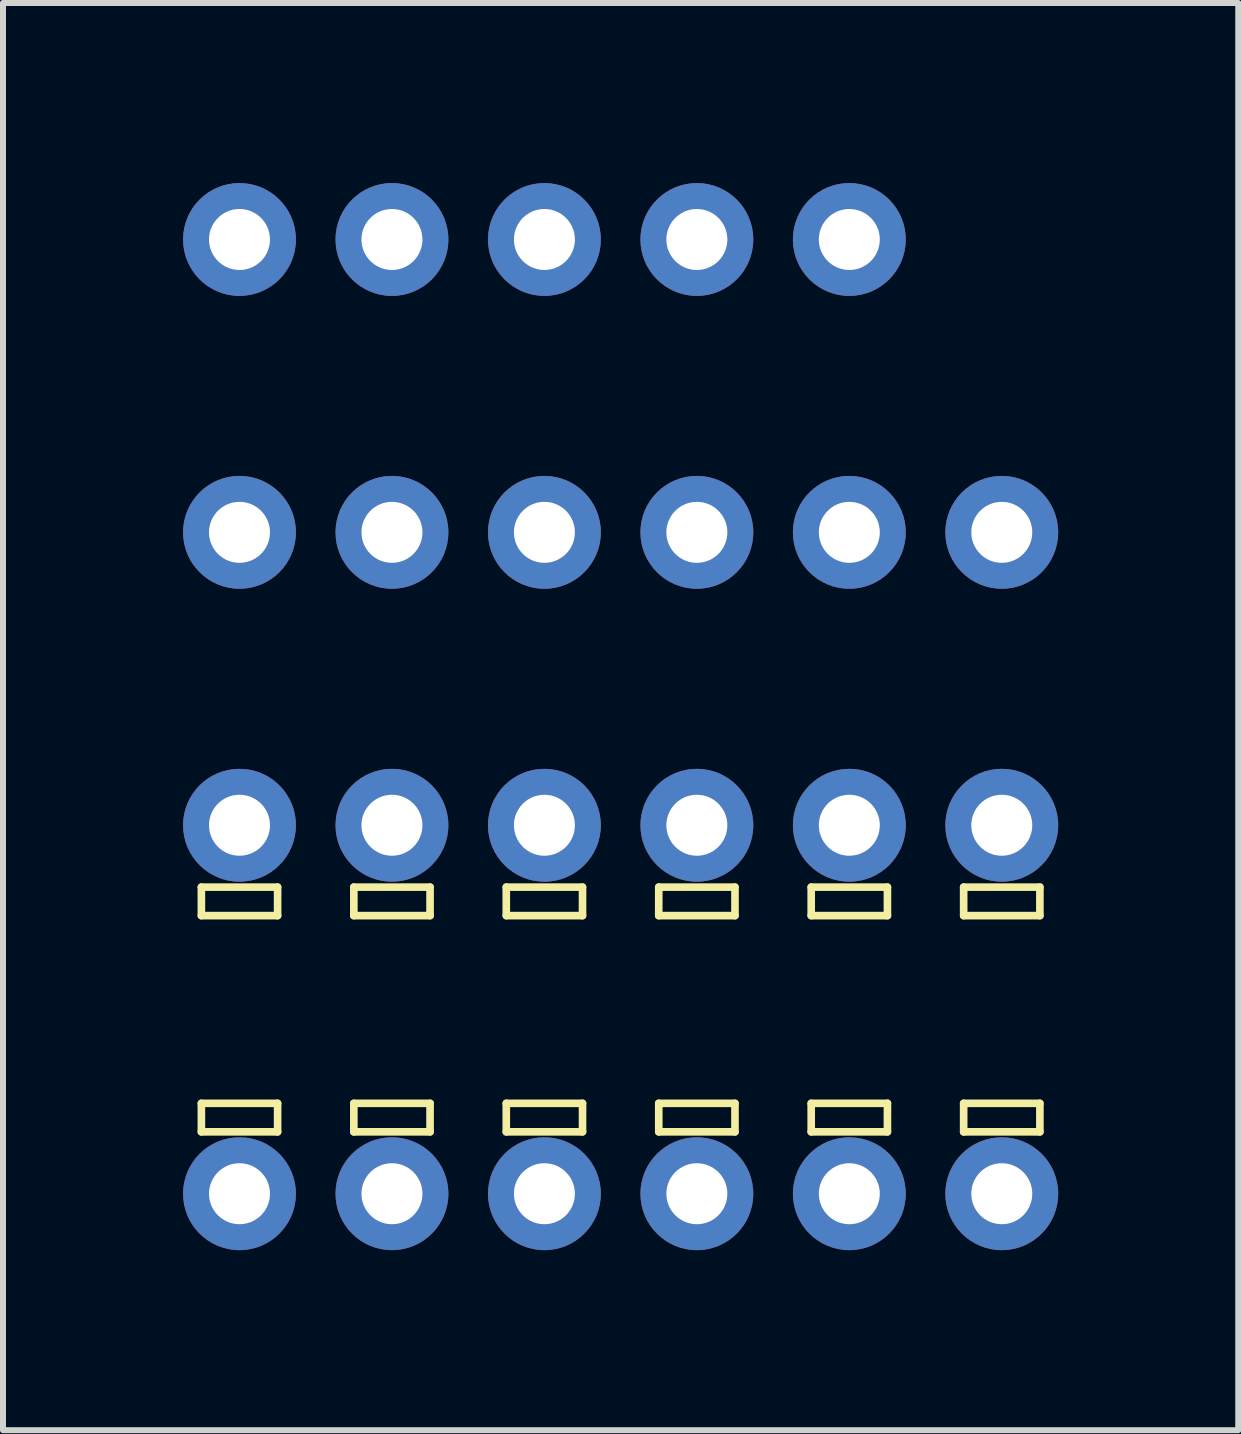
<source format=kicad_pcb>
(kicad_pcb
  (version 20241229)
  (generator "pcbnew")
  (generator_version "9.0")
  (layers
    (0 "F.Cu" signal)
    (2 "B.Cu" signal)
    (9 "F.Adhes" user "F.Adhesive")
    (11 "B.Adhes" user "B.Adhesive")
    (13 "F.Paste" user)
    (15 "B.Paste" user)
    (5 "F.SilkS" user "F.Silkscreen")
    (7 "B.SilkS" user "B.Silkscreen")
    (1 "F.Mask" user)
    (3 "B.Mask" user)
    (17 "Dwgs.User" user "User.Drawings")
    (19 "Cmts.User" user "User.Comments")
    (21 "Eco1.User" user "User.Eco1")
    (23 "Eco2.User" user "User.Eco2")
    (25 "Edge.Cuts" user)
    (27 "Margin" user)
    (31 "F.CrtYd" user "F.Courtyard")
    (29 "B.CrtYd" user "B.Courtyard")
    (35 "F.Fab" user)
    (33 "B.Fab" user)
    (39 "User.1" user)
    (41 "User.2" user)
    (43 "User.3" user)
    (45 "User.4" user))
  (footprint "M06_SIDESILK_T"
    (layer "F.Cu")
    (at 6.02 16.838)
    (property "Reference" "M06_SIDESILK_T" (at 0 0 0) (layer "Cmts.User") (effects (font (size 0.001 0.001) (thickness 0.000001))))
    (attr through_hole)
    (fp_line (start -5.715 -1.506) (end -5.715 -1.031) (stroke (width 0.127) (type solid)) (layer "F.SilkS"))
    (fp_line (start -5.715 -1.031) (end -4.445 -1.031) (stroke (width 0.127) (type solid)) (layer "F.SilkS"))
    (fp_line (start -4.445 -1.506) (end -5.715 -1.506) (stroke (width 0.127) (type solid)) (layer "F.SilkS"))
    (fp_line (start -4.445 -1.031) (end -4.445 -1.506) (stroke (width 0.127) (type solid)) (layer "F.SilkS"))
    (fp_line (start -3.175 -1.506) (end -3.175 -1.031) (stroke (width 0.127) (type solid)) (layer "F.SilkS"))
    (fp_line (start -3.175 -1.031) (end -1.905 -1.031) (stroke (width 0.127) (type solid)) (layer "F.SilkS"))
    (fp_line (start -1.905 -1.506) (end -3.175 -1.506) (stroke (width 0.127) (type solid)) (layer "F.SilkS"))
    (fp_line (start -1.905 -1.031) (end -1.905 -1.506) (stroke (width 0.127) (type solid)) (layer "F.SilkS"))
    (fp_line (start -0.635 -1.506) (end -0.635 -1.031) (stroke (width 0.127) (type solid)) (layer "F.SilkS"))
    (fp_line (start -0.635 -1.031) (end 0.635 -1.031) (stroke (width 0.127) (type solid)) (layer "F.SilkS"))
    (fp_line (start 0.635 -1.506) (end -0.635 -1.506) (stroke (width 0.127) (type solid)) (layer "F.SilkS"))
    (fp_line (start 0.635 -1.031) (end 0.635 -1.506) (stroke (width 0.127) (type solid)) (layer "F.SilkS"))
    (fp_line (start 1.905 -1.506) (end 1.905 -1.031) (stroke (width 0.127) (type solid)) (layer "F.SilkS"))
    (fp_line (start 1.905 -1.031) (end 3.175 -1.031) (stroke (width 0.127) (type solid)) (layer "F.SilkS"))
    (fp_line (start 3.175 -1.506) (end 1.905 -1.506) (stroke (width 0.127) (type solid)) (layer "F.SilkS"))
    (fp_line (start 3.175 -1.031) (end 3.175 -1.506) (stroke (width 0.127) (type solid)) (layer "F.SilkS"))
    (fp_line (start 4.445 -1.506) (end 4.445 -1.031) (stroke (width 0.127) (type solid)) (layer "F.SilkS"))
    (fp_line (start 4.445 -1.031) (end 5.715 -1.031) (stroke (width 0.127) (type solid)) (layer "F.SilkS"))
    (fp_line (start 5.715 -1.506) (end 4.445 -1.506) (stroke (width 0.127) (type solid)) (layer "F.SilkS"))
    (fp_line (start 5.715 -1.031) (end 5.715 -1.506) (stroke (width 0.127) (type solid)) (layer "F.SilkS"))
    (fp_line (start 6.985 -1.506) (end 6.985 -1.031) (stroke (width 0.127) (type solid)) (layer "F.SilkS"))
    (fp_line (start 6.985 -1.031) (end 8.255 -1.031) (stroke (width 0.127) (type solid)) (layer "F.SilkS"))
    (fp_line (start 8.255 -1.506) (end 6.985 -1.506) (stroke (width 0.127) (type solid)) (layer "F.SilkS"))
    (fp_line (start 8.255 -1.031) (end 8.255 -1.506) (stroke (width 0.127) (type solid)) (layer "F.SilkS"))
    (fp_line (start -5.334 -0.254) (end -5.334 0.254) (stroke (width 0.127) (type solid)) (layer "Cmts.User"))
    (fp_line (start -5.334 0.254) (end -4.826 0.254) (stroke (width 0.127) (type solid)) (layer "Cmts.User"))
    (fp_line (start -4.826 -0.254) (end -5.334 -0.254) (stroke (width 0.127) (type solid)) (layer "Cmts.User"))
    (fp_line (start -4.826 0.254) (end -4.826 -0.254) (stroke (width 0.127) (type solid)) (layer "Cmts.User"))
    (fp_line (start -2.794 -0.254) (end -2.794 0.254) (stroke (width 0.127) (type solid)) (layer "Cmts.User"))
    (fp_line (start -2.794 0.254) (end -2.286 0.254) (stroke (width 0.127) (type solid)) (layer "Cmts.User"))
    (fp_line (start -2.286 -0.254) (end -2.794 -0.254) (stroke (width 0.127) (type solid)) (layer "Cmts.User"))
    (fp_line (start -2.286 0.254) (end -2.286 -0.254) (stroke (width 0.127) (type solid)) (layer "Cmts.User"))
    (fp_line (start -0.254 -0.254) (end -0.254 0.254) (stroke (width 0.127) (type solid)) (layer "Cmts.User"))
    (fp_line (start -0.254 0.254) (end 0.254 0.254) (stroke (width 0.127) (type solid)) (layer "Cmts.User"))
    (fp_line (start 0.254 -0.254) (end -0.254 -0.254) (stroke (width 0.127) (type solid)) (layer "Cmts.User"))
    (fp_line (start 0.254 0.254) (end 0.254 -0.254) (stroke (width 0.127) (type solid)) (layer "Cmts.User"))
    (fp_line (start 2.286 -0.254) (end 2.286 0.254) (stroke (width 0.127) (type solid)) (layer "Cmts.User"))
    (fp_line (start 2.286 0.254) (end 2.794 0.254) (stroke (width 0.127) (type solid)) (layer "Cmts.User"))
    (fp_line (start 2.794 -0.254) (end 2.286 -0.254) (stroke (width 0.127) (type solid)) (layer "Cmts.User"))
    (fp_line (start 2.794 0.254) (end 2.794 -0.254) (stroke (width 0.127) (type solid)) (layer "Cmts.User"))
    (fp_line (start 4.826 -0.254) (end 4.826 0.254) (stroke (width 0.127) (type solid)) (layer "Cmts.User"))
    (fp_line (start 4.826 0.254) (end 5.334 0.254) (stroke (width 0.127) (type solid)) (layer "Cmts.User"))
    (fp_line (start 5.334 -0.254) (end 4.826 -0.254) (stroke (width 0.127) (type solid)) (layer "Cmts.User"))
    (fp_line (start 5.334 0.254) (end 5.334 -0.254) (stroke (width 0.127) (type solid)) (layer "Cmts.User"))
    (fp_line (start 7.366 -0.254) (end 7.366 0.254) (stroke (width 0.127) (type solid)) (layer "Cmts.User"))
    (fp_line (start 7.366 0.254) (end 7.874 0.254) (stroke (width 0.127) (type solid)) (layer "Cmts.User"))
    (fp_line (start 7.874 -0.254) (end 7.366 -0.254) (stroke (width 0.127) (type solid)) (layer "Cmts.User"))
    (fp_line (start 7.874 0.254) (end 7.874 -0.254) (stroke (width 0.127) (type solid)) (layer "Cmts.User"))
    (pad "1" thru_hole oval (at -5.08 0 90) (size 1.88 1.88) (drill 1.016) (layers "*.Cu" "*.Mask"))
    (pad "2" thru_hole oval (at -2.54 0 90) (size 1.88 1.88) (drill 1.016) (layers "*.Cu" "*.Mask"))
    (pad "3" thru_hole oval (at 0 0 90) (size 1.88 1.88) (drill 1.016) (layers "*.Cu" "*.Mask"))
    (pad "4" thru_hole oval (at 2.54 0 90) (size 1.88 1.88) (drill 1.016) (layers "*.Cu" "*.Mask"))
    (pad "5" thru_hole oval (at 5.08 0 90) (size 1.88 1.88) (drill 1.016) (layers "*.Cu" "*.Mask"))
    (pad "6" thru_hole oval (at 7.62 0 90) (size 1.88 1.88) (drill 1.016) (layers "*.Cu" "*.Mask")))
  (footprint "M05_NOSILK"
    (layer "F.Cu")
    (at 6.02 0.94)
    (property "Reference" "M05_NOSILK" (at 1.27 0 0) (layer "Cmts.User") (effects (font (size 0.001 0.001) (thickness 0.000001))))
    (attr through_hole)
    (fp_line (start -5.334 -0.254) (end -5.334 0.254) (stroke (width 0.127) (type solid)) (layer "Cmts.User"))
    (fp_line (start -5.334 0.254) (end -4.826 0.254) (stroke (width 0.127) (type solid)) (layer "Cmts.User"))
    (fp_line (start -4.826 -0.254) (end -5.334 -0.254) (stroke (width 0.127) (type solid)) (layer "Cmts.User"))
    (fp_line (start -4.826 0.254) (end -4.826 -0.254) (stroke (width 0.127) (type solid)) (layer "Cmts.User"))
    (fp_line (start -2.794 -0.254) (end -2.794 0.254) (stroke (width 0.127) (type solid)) (layer "Cmts.User"))
    (fp_line (start -2.794 0.254) (end -2.286 0.254) (stroke (width 0.127) (type solid)) (layer "Cmts.User"))
    (fp_line (start -2.286 -0.254) (end -2.794 -0.254) (stroke (width 0.127) (type solid)) (layer "Cmts.User"))
    (fp_line (start -2.286 0.254) (end -2.286 -0.254) (stroke (width 0.127) (type solid)) (layer "Cmts.User"))
    (fp_line (start -0.254 -0.254) (end -0.254 0.254) (stroke (width 0.127) (type solid)) (layer "Cmts.User"))
    (fp_line (start -0.254 0.254) (end 0.254 0.254) (stroke (width 0.127) (type solid)) (layer "Cmts.User"))
    (fp_line (start 0.254 -0.254) (end -0.254 -0.254) (stroke (width 0.127) (type solid)) (layer "Cmts.User"))
    (fp_line (start 0.254 0.254) (end 0.254 -0.254) (stroke (width 0.127) (type solid)) (layer "Cmts.User"))
    (fp_line (start 2.286 -0.254) (end 2.286 0.254) (stroke (width 0.127) (type solid)) (layer "Cmts.User"))
    (fp_line (start 2.286 0.254) (end 2.794 0.254) (stroke (width 0.127) (type solid)) (layer "Cmts.User"))
    (fp_line (start 2.794 -0.254) (end 2.286 -0.254) (stroke (width 0.127) (type solid)) (layer "Cmts.User"))
    (fp_line (start 2.794 0.254) (end 2.794 -0.254) (stroke (width 0.127) (type solid)) (layer "Cmts.User"))
    (fp_line (start 4.826 -0.254) (end 4.826 0.254) (stroke (width 0.127) (type solid)) (layer "Cmts.User"))
    (fp_line (start 4.826 0.254) (end 5.334 0.254) (stroke (width 0.127) (type solid)) (layer "Cmts.User"))
    (fp_line (start 5.334 -0.254) (end 4.826 -0.254) (stroke (width 0.127) (type solid)) (layer "Cmts.User"))
    (fp_line (start 5.334 0.254) (end 5.334 -0.254) (stroke (width 0.127) (type solid)) (layer "Cmts.User"))
    (pad "1" thru_hole oval (at -5.08 0 90) (size 1.88 1.88) (drill 1.016) (layers "*.Cu" "*.Mask"))
    (pad "2" thru_hole oval (at -2.54 0 90) (size 1.88 1.88) (drill 1.016) (layers "*.Cu" "*.Mask"))
    (pad "3" thru_hole oval (at 0 0 90) (size 1.88 1.88) (drill 1.016) (layers "*.Cu" "*.Mask"))
    (pad "4" thru_hole oval (at 2.54 0 90) (size 1.88 1.88) (drill 1.016) (layers "*.Cu" "*.Mask"))
    (pad "5" thru_hole oval (at 5.08 0 90) (size 1.88 1.88) (drill 1.016) (layers "*.Cu" "*.Mask")))
  (footprint "M06_NOSILK"
    (layer "F.Cu")
    (at 7.29 5.819)
    (property "Reference" "M06_NOSILK" (at 0 0 0) (layer "Cmts.User") (effects (font (size 0.001 0.001) (thickness 0.000001))))
    (attr through_hole)
    (fp_line (start -6.604 -0.254) (end -6.604 0.254) (stroke (width 0.127) (type solid)) (layer "Cmts.User"))
    (fp_line (start -6.604 0.254) (end -6.096 0.254) (stroke (width 0.127) (type solid)) (layer "Cmts.User"))
    (fp_line (start -6.096 -0.254) (end -6.604 -0.254) (stroke (width 0.127) (type solid)) (layer "Cmts.User"))
    (fp_line (start -6.096 0.254) (end -6.096 -0.254) (stroke (width 0.127) (type solid)) (layer "Cmts.User"))
    (fp_line (start -4.064 -0.254) (end -4.064 0.254) (stroke (width 0.127) (type solid)) (layer "Cmts.User"))
    (fp_line (start -4.064 0.254) (end -3.556 0.254) (stroke (width 0.127) (type solid)) (layer "Cmts.User"))
    (fp_line (start -3.556 -0.254) (end -4.064 -0.254) (stroke (width 0.127) (type solid)) (layer "Cmts.User"))
    (fp_line (start -3.556 0.254) (end -3.556 -0.254) (stroke (width 0.127) (type solid)) (layer "Cmts.User"))
    (fp_line (start -1.524 -0.254) (end -1.524 0.254) (stroke (width 0.127) (type solid)) (layer "Cmts.User"))
    (fp_line (start -1.524 0.254) (end -1.016 0.254) (stroke (width 0.127) (type solid)) (layer "Cmts.User"))
    (fp_line (start -1.016 -0.254) (end -1.524 -0.254) (stroke (width 0.127) (type solid)) (layer "Cmts.User"))
    (fp_line (start -1.016 0.254) (end -1.016 -0.254) (stroke (width 0.127) (type solid)) (layer "Cmts.User"))
    (fp_line (start 1.016 -0.254) (end 1.016 0.254) (stroke (width 0.127) (type solid)) (layer "Cmts.User"))
    (fp_line (start 1.016 0.254) (end 1.524 0.254) (stroke (width 0.127) (type solid)) (layer "Cmts.User"))
    (fp_line (start 1.524 -0.254) (end 1.016 -0.254) (stroke (width 0.127) (type solid)) (layer "Cmts.User"))
    (fp_line (start 1.524 0.254) (end 1.524 -0.254) (stroke (width 0.127) (type solid)) (layer "Cmts.User"))
    (fp_line (start 3.556 -0.254) (end 3.556 0.254) (stroke (width 0.127) (type solid)) (layer "Cmts.User"))
    (fp_line (start 3.556 0.254) (end 4.064 0.254) (stroke (width 0.127) (type solid)) (layer "Cmts.User"))
    (fp_line (start 4.064 -0.254) (end 3.556 -0.254) (stroke (width 0.127) (type solid)) (layer "Cmts.User"))
    (fp_line (start 4.064 0.254) (end 4.064 -0.254) (stroke (width 0.127) (type solid)) (layer "Cmts.User"))
    (fp_line (start 6.096 -0.254) (end 6.096 0.254) (stroke (width 0.127) (type solid)) (layer "Cmts.User"))
    (fp_line (start 6.096 0.254) (end 6.604 0.254) (stroke (width 0.127) (type solid)) (layer "Cmts.User"))
    (fp_line (start 6.604 -0.254) (end 6.096 -0.254) (stroke (width 0.127) (type solid)) (layer "Cmts.User"))
    (fp_line (start 6.604 0.254) (end 6.604 -0.254) (stroke (width 0.127) (type solid)) (layer "Cmts.User"))
    (pad "1" thru_hole oval (at -6.35 0 90) (size 1.88 1.88) (drill 1.016) (layers "*.Cu" "*.Mask"))
    (pad "2" thru_hole oval (at -3.81 0 90) (size 1.88 1.88) (drill 1.016) (layers "*.Cu" "*.Mask"))
    (pad "3" thru_hole oval (at -1.27 0 90) (size 1.88 1.88) (drill 1.016) (layers "*.Cu" "*.Mask"))
    (pad "4" thru_hole oval (at 1.27 0 90) (size 1.88 1.88) (drill 1.016) (layers "*.Cu" "*.Mask"))
    (pad "5" thru_hole oval (at 3.81 0 90) (size 1.88 1.88) (drill 1.016) (layers "*.Cu" "*.Mask"))
    (pad "6" thru_hole oval (at 6.35 0 90) (size 1.88 1.88) (drill 1.016) (layers "*.Cu" "*.Mask")))
  (footprint "M06_SIDESILK_B"
    (layer "F.Cu")
    (at 6.02 10.699)
    (property "Reference" "M06_SIDESILK_B" (at 0 0 0) (layer "Cmts.User") (effects (font (size 0.001 0.001) (thickness 0.000001))))
    (attr through_hole)
    (fp_line (start -5.715 1.031) (end -5.715 1.506) (stroke (width 0.127) (type solid)) (layer "F.SilkS"))
    (fp_line (start -5.715 1.506) (end -4.445 1.506) (stroke (width 0.127) (type solid)) (layer "F.SilkS"))
    (fp_line (start -4.445 1.031) (end -5.715 1.031) (stroke (width 0.127) (type solid)) (layer "F.SilkS"))
    (fp_line (start -4.445 1.506) (end -4.445 1.031) (stroke (width 0.127) (type solid)) (layer "F.SilkS"))
    (fp_line (start -3.175 1.031) (end -3.175 1.506) (stroke (width 0.127) (type solid)) (layer "F.SilkS"))
    (fp_line (start -3.175 1.506) (end -1.905 1.506) (stroke (width 0.127) (type solid)) (layer "F.SilkS"))
    (fp_line (start -1.905 1.031) (end -3.175 1.031) (stroke (width 0.127) (type solid)) (layer "F.SilkS"))
    (fp_line (start -1.905 1.506) (end -1.905 1.031) (stroke (width 0.127) (type solid)) (layer "F.SilkS"))
    (fp_line (start -0.635 1.031) (end -0.635 1.506) (stroke (width 0.127) (type solid)) (layer "F.SilkS"))
    (fp_line (start -0.635 1.506) (end 0.635 1.506) (stroke (width 0.127) (type solid)) (layer "F.SilkS"))
    (fp_line (start 0.635 1.031) (end -0.635 1.031) (stroke (width 0.127) (type solid)) (layer "F.SilkS"))
    (fp_line (start 0.635 1.506) (end 0.635 1.031) (stroke (width 0.127) (type solid)) (layer "F.SilkS"))
    (fp_line (start 1.905 1.031) (end 1.905 1.506) (stroke (width 0.127) (type solid)) (layer "F.SilkS"))
    (fp_line (start 1.905 1.506) (end 3.175 1.506) (stroke (width 0.127) (type solid)) (layer "F.SilkS"))
    (fp_line (start 3.175 1.031) (end 1.905 1.031) (stroke (width 0.127) (type solid)) (layer "F.SilkS"))
    (fp_line (start 3.175 1.506) (end 3.175 1.031) (stroke (width 0.127) (type solid)) (layer "F.SilkS"))
    (fp_line (start 4.445 1.031) (end 4.445 1.506) (stroke (width 0.127) (type solid)) (layer "F.SilkS"))
    (fp_line (start 4.445 1.506) (end 5.715 1.506) (stroke (width 0.127) (type solid)) (layer "F.SilkS"))
    (fp_line (start 5.715 1.031) (end 4.445 1.031) (stroke (width 0.127) (type solid)) (layer "F.SilkS"))
    (fp_line (start 5.715 1.506) (end 5.715 1.031) (stroke (width 0.127) (type solid)) (layer "F.SilkS"))
    (fp_line (start 6.985 1.031) (end 6.985 1.506) (stroke (width 0.127) (type solid)) (layer "F.SilkS"))
    (fp_line (start 6.985 1.506) (end 8.255 1.506) (stroke (width 0.127) (type solid)) (layer "F.SilkS"))
    (fp_line (start 8.255 1.031) (end 6.985 1.031) (stroke (width 0.127) (type solid)) (layer "F.SilkS"))
    (fp_line (start 8.255 1.506) (end 8.255 1.031) (stroke (width 0.127) (type solid)) (layer "F.SilkS"))
    (fp_line (start -5.334 -0.254) (end -5.334 0.254) (stroke (width 0.127) (type solid)) (layer "Cmts.User"))
    (fp_line (start -5.334 0.254) (end -4.826 0.254) (stroke (width 0.127) (type solid)) (layer "Cmts.User"))
    (fp_line (start -4.826 -0.254) (end -5.334 -0.254) (stroke (width 0.127) (type solid)) (layer "Cmts.User"))
    (fp_line (start -4.826 0.254) (end -4.826 -0.254) (stroke (width 0.127) (type solid)) (layer "Cmts.User"))
    (fp_line (start -2.794 -0.254) (end -2.794 0.254) (stroke (width 0.127) (type solid)) (layer "Cmts.User"))
    (fp_line (start -2.794 0.254) (end -2.286 0.254) (stroke (width 0.127) (type solid)) (layer "Cmts.User"))
    (fp_line (start -2.286 -0.254) (end -2.794 -0.254) (stroke (width 0.127) (type solid)) (layer "Cmts.User"))
    (fp_line (start -2.286 0.254) (end -2.286 -0.254) (stroke (width 0.127) (type solid)) (layer "Cmts.User"))
    (fp_line (start -0.254 -0.254) (end -0.254 0.254) (stroke (width 0.127) (type solid)) (layer "Cmts.User"))
    (fp_line (start -0.254 0.254) (end 0.254 0.254) (stroke (width 0.127) (type solid)) (layer "Cmts.User"))
    (fp_line (start 0.254 -0.254) (end -0.254 -0.254) (stroke (width 0.127) (type solid)) (layer "Cmts.User"))
    (fp_line (start 0.254 0.254) (end 0.254 -0.254) (stroke (width 0.127) (type solid)) (layer "Cmts.User"))
    (fp_line (start 2.286 -0.254) (end 2.286 0.254) (stroke (width 0.127) (type solid)) (layer "Cmts.User"))
    (fp_line (start 2.286 0.254) (end 2.794 0.254) (stroke (width 0.127) (type solid)) (layer "Cmts.User"))
    (fp_line (start 2.794 -0.254) (end 2.286 -0.254) (stroke (width 0.127) (type solid)) (layer "Cmts.User"))
    (fp_line (start 2.794 0.254) (end 2.794 -0.254) (stroke (width 0.127) (type solid)) (layer "Cmts.User"))
    (fp_line (start 4.826 -0.254) (end 4.826 0.254) (stroke (width 0.127) (type solid)) (layer "Cmts.User"))
    (fp_line (start 4.826 0.254) (end 5.334 0.254) (stroke (width 0.127) (type solid)) (layer "Cmts.User"))
    (fp_line (start 5.334 -0.254) (end 4.826 -0.254) (stroke (width 0.127) (type solid)) (layer "Cmts.User"))
    (fp_line (start 5.334 0.254) (end 5.334 -0.254) (stroke (width 0.127) (type solid)) (layer "Cmts.User"))
    (fp_line (start 7.366 -0.254) (end 7.366 0.254) (stroke (width 0.127) (type solid)) (layer "Cmts.User"))
    (fp_line (start 7.366 0.254) (end 7.874 0.254) (stroke (width 0.127) (type solid)) (layer "Cmts.User"))
    (fp_line (start 7.874 -0.254) (end 7.366 -0.254) (stroke (width 0.127) (type solid)) (layer "Cmts.User"))
    (fp_line (start 7.874 0.254) (end 7.874 -0.254) (stroke (width 0.127) (type solid)) (layer "Cmts.User"))
    (pad "1" thru_hole oval (at -5.08 0 90) (size 1.88 1.88) (drill 1.016) (layers "*.Cu" "*.Mask"))
    (pad "2" thru_hole oval (at -2.54 0 90) (size 1.88 1.88) (drill 1.016) (layers "*.Cu" "*.Mask"))
    (pad "3" thru_hole oval (at 0 0 90) (size 1.88 1.88) (drill 1.016) (layers "*.Cu" "*.Mask"))
    (pad "4" thru_hole oval (at 2.54 0 90) (size 1.88 1.88) (drill 1.016) (layers "*.Cu" "*.Mask"))
    (pad "5" thru_hole oval (at 5.08 0 90) (size 1.88 1.88) (drill 1.016) (layers "*.Cu" "*.Mask"))
    (pad "6" thru_hole oval (at 7.62 0 90) (size 1.88 1.88) (drill 1.016) (layers "*.Cu" "*.Mask")))
  (gr_rect
    (start -3 -3)
    (end 17.58 20.778)
    (stroke (width 0.1) (type default))
    (fill no)
    (layer "Edge.Cuts")))
</source>
